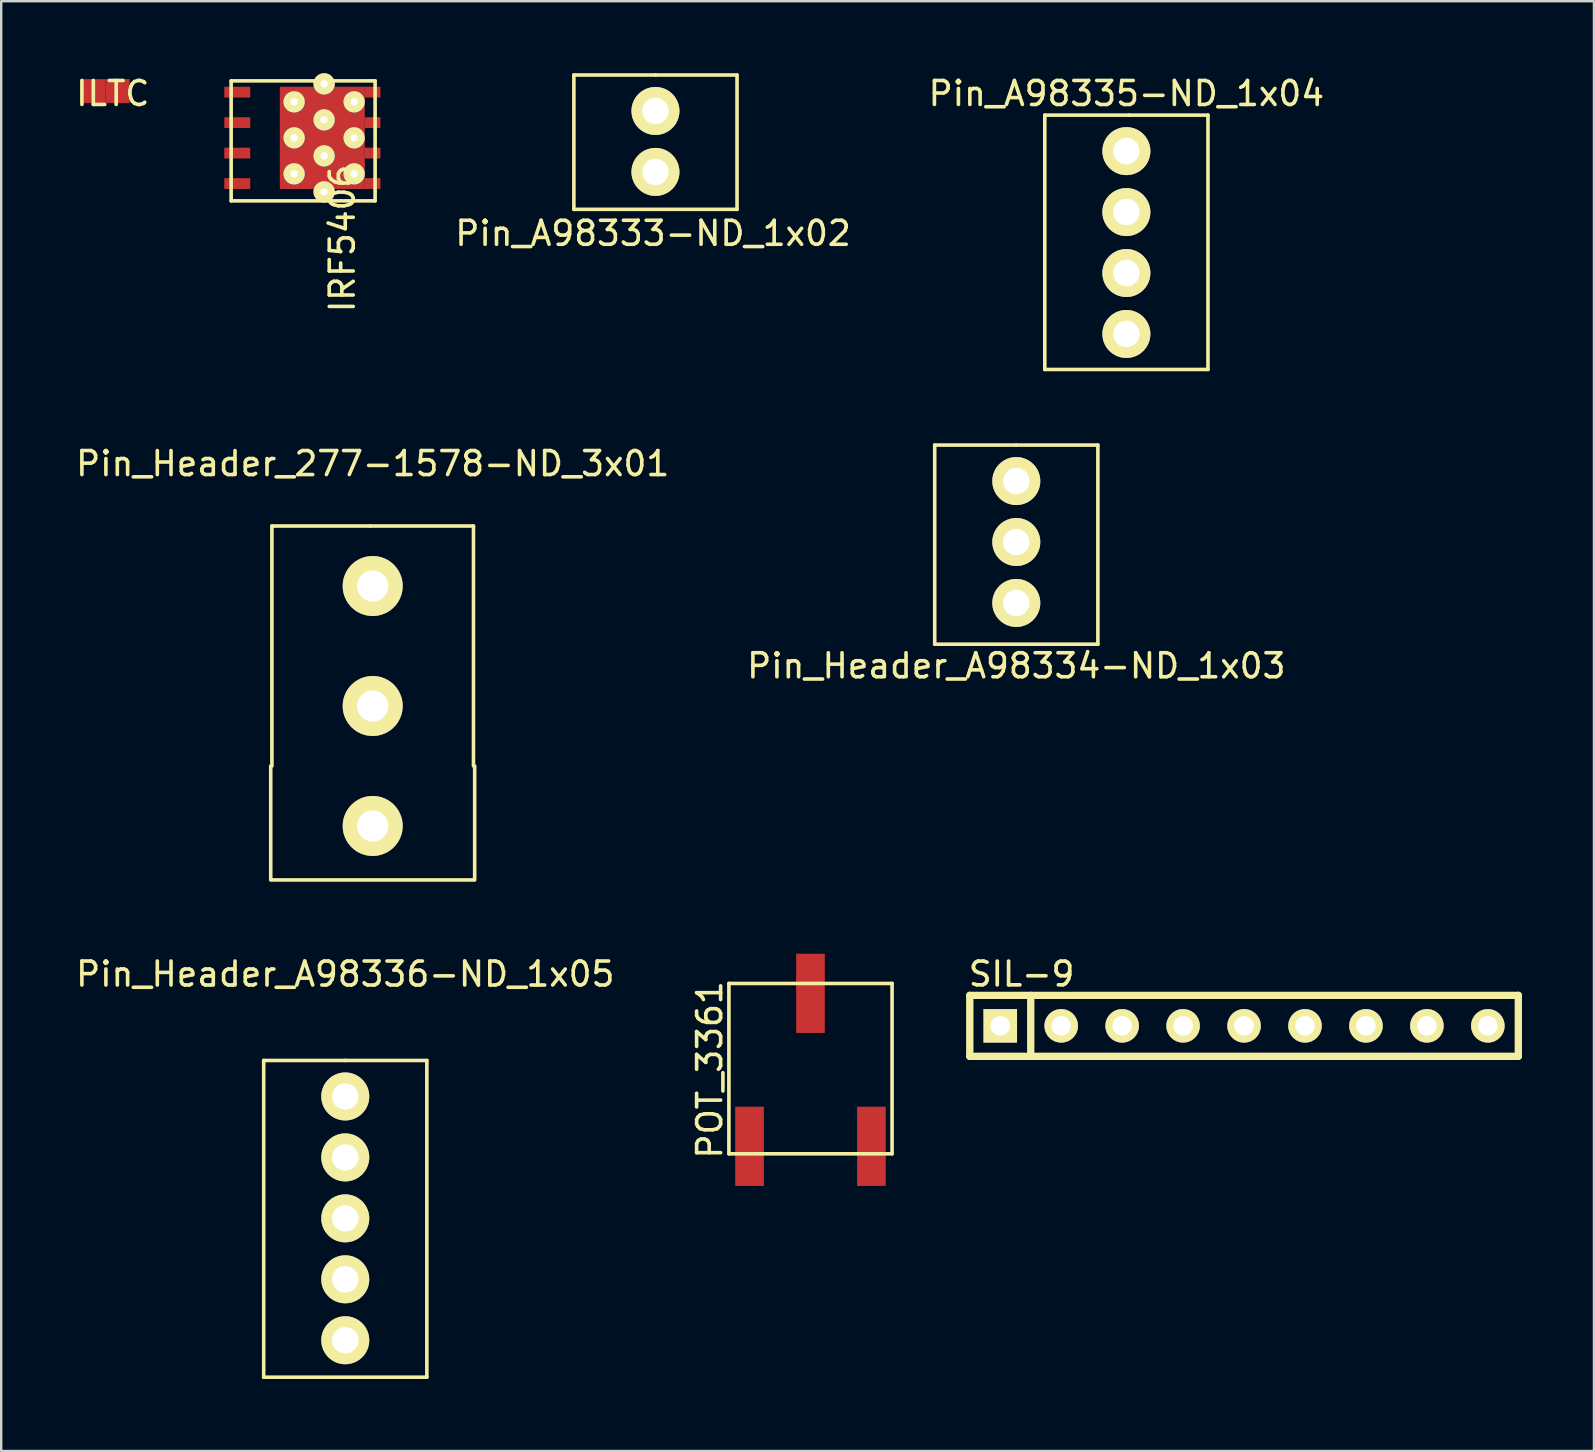
<source format=kicad_pcb>
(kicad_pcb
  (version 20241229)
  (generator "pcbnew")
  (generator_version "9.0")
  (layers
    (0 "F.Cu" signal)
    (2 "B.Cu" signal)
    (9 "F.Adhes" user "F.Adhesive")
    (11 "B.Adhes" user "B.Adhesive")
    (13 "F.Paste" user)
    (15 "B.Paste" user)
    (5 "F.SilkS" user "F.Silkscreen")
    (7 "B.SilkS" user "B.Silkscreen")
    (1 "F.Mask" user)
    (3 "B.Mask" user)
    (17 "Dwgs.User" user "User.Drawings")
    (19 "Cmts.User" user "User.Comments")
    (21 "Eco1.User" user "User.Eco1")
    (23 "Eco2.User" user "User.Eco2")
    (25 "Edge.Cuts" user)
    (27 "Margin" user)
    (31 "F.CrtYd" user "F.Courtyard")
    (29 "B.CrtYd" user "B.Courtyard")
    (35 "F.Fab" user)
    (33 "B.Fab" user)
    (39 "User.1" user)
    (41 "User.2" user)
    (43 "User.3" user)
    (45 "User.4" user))
  (footprint "SIL-9"
    (layer "F.Cu")
    (at 48.796 39.702)
    (property "Reference" "SIL-9" (at -9.271 -2.159 0) (layer "F.SilkS") (effects (font (size 0.991 0.991) (thickness 0.152))))
    (attr through_hole)
    (fp_line (start -11.43 1.27) (end -11.43 -1.27) (stroke (width 0.305) (type solid)) (layer "F.SilkS"))
    (fp_line (start -8.89 -1.27) (end -8.89 1.27) (stroke (width 0.305) (type solid)) (layer "F.SilkS"))
    (fp_line (start 11.43 -1.27) (end -11.43 -1.27) (stroke (width 0.305) (type solid)) (layer "F.SilkS"))
    (fp_line (start 11.43 -1.27) (end 11.43 1.27) (stroke (width 0.305) (type solid)) (layer "F.SilkS"))
    (fp_line (start 11.43 1.27) (end -11.43 1.27) (stroke (width 0.305) (type solid)) (layer "F.SilkS"))
    (pad "1" thru_hole rect (at -10.16 0) (size 1.397 1.397) (drill 0.813) (layers "*.Cu" "*.Mask" "F.SilkS"))
    (pad "2" thru_hole circle (at -7.62 0) (size 1.397 1.397) (drill 0.813) (layers "*.Cu" "*.Mask" "F.SilkS"))
    (pad "3" thru_hole circle (at -5.08 0) (size 1.397 1.397) (drill 0.813) (layers "*.Cu" "*.Mask" "F.SilkS"))
    (pad "4" thru_hole circle (at -2.54 0) (size 1.397 1.397) (drill 0.813) (layers "*.Cu" "*.Mask" "F.SilkS"))
    (pad "5" thru_hole circle (at 0 0) (size 1.397 1.397) (drill 0.813) (layers "*.Cu" "*.Mask" "F.SilkS"))
    (pad "6" thru_hole circle (at 2.54 0) (size 1.397 1.397) (drill 0.813) (layers "*.Cu" "*.Mask" "F.SilkS"))
    (pad "7" thru_hole circle (at 5.08 0) (size 1.397 1.397) (drill 0.813) (layers "*.Cu" "*.Mask" "F.SilkS"))
    (pad "8" thru_hole circle (at 7.62 0) (size 1.397 1.397) (drill 0.813) (layers "*.Cu" "*.Mask" "F.SilkS"))
    (pad "9" thru_hole circle (at 10.16 0) (size 1.397 1.397) (drill 0.813) (layers "*.Cu" "*.Mask" "F.SilkS")))
  (footprint "Pin_Header_A98334-ND_1x03"
    (layer "F.Cu")
    (at 39.304 16.998)
    (property "Reference" "Pin_Header_A98334-ND_1x03" (at 0 7.7 0) (layer "F.SilkS") (effects (font (size 1 1) (thickness 0.15))))
    (attr through_hole)
    (fp_line (start -3.4 -1.5) (end 0 -1.5) (stroke (width 0.15) (type solid)) (layer "F.SilkS"))
    (fp_line (start -3.4 6.8) (end -3.4 -1.5) (stroke (width 0.15) (type solid)) (layer "F.SilkS"))
    (fp_line (start 0 -1.5) (end 3.4 -1.5) (stroke (width 0.15) (type solid)) (layer "F.SilkS"))
    (fp_line (start 3.4 -1.5) (end 3.4 6.8) (stroke (width 0.15) (type solid)) (layer "F.SilkS"))
    (fp_line (start 3.4 6.8) (end -3.4 6.8) (stroke (width 0.15) (type solid)) (layer "F.SilkS"))
    (pad "1" thru_hole circle (at 0 0) (size 2 2) (drill 1.1) (layers "*.Cu" "*.Mask" "F.SilkS"))
    (pad "2" thru_hole circle (at 0 2.54) (size 2 2) (drill 1.1) (layers "*.Cu" "*.Mask" "F.SilkS"))
    (pad "3" thru_hole circle (at 0 5.08) (size 2 2) (drill 1.1) (layers "*.Cu" "*.Mask" "F.SilkS")))
  (footprint "ILTC"
    (layer "F.Cu")
    (at 1.349 0.748)
    (property "Reference" "ILTC" (at 0.3 0.1 0) (layer "F.SilkS") (effects (font (size 1 1) (thickness 0.15))))
    (attr through_hole)
    (pad "1" smd rect (at -0.5 0) (size 1 1) (layers "F.Cu" "F.Paste"))
    (pad "2" smd rect (at 0.5 0) (size 1 1) (layers "F.Cu" "F.Paste")))
  (footprint "Pin_A98333-ND_1x02"
    (layer "F.Cu")
    (at 24.266 1.575)
    (property "Reference" "Pin_A98333-ND_1x02" (at -0.1 5.1 0) (layer "F.SilkS") (effects (font (size 1 1) (thickness 0.15))))
    (attr through_hole)
    (fp_line (start -3.4 -1.5) (end 0 -1.5) (stroke (width 0.15) (type solid)) (layer "F.SilkS"))
    (fp_line (start -3.4 4.1) (end -3.4 -1.5) (stroke (width 0.15) (type solid)) (layer "F.SilkS"))
    (fp_line (start 0 -1.5) (end 3.4 -1.5) (stroke (width 0.15) (type solid)) (layer "F.SilkS"))
    (fp_line (start 3.4 -1.5) (end 3.4 4.1) (stroke (width 0.15) (type solid)) (layer "F.SilkS"))
    (fp_line (start 3.4 4.1) (end -3.4 4.1) (stroke (width 0.15) (type solid)) (layer "F.SilkS"))
    (pad "1" thru_hole circle (at 0 0) (size 2 2) (drill 1.1) (layers "*.Cu" "*.Mask" "F.SilkS"))
    (pad "2" thru_hole circle (at 0 2.54) (size 2 2) (drill 1.1) (layers "*.Cu" "*.Mask" "F.SilkS")))
  (footprint "Pin_Header_A98336-ND_1x05"
    (layer "F.Cu")
    (at 11.339 42.645)
    (property "Reference" "Pin_Header_A98336-ND_1x05" (at 0 -5.1 0) (layer "F.SilkS") (effects (font (size 1 1) (thickness 0.15))))
    (attr through_hole)
    (fp_line (start -3.4 -1.5) (end 0 -1.5) (stroke (width 0.15) (type solid)) (layer "F.SilkS"))
    (fp_line (start -3.4 11.7) (end -3.4 -1.5) (stroke (width 0.15) (type solid)) (layer "F.SilkS"))
    (fp_line (start 0 -1.5) (end 3.4 -1.5) (stroke (width 0.15) (type solid)) (layer "F.SilkS"))
    (fp_line (start 3.4 -1.5) (end 3.4 11.7) (stroke (width 0.15) (type solid)) (layer "F.SilkS"))
    (fp_line (start 3.4 11.7) (end -3.4 11.7) (stroke (width 0.15) (type solid)) (layer "F.SilkS"))
    (pad "1" thru_hole circle (at 0 0) (size 2 2) (drill 1.1) (layers "*.Cu" "*.Mask" "F.SilkS"))
    (pad "2" thru_hole circle (at 0 2.54) (size 2 2) (drill 1.1) (layers "*.Cu" "*.Mask" "F.SilkS"))
    (pad "3" thru_hole circle (at 0 5.08) (size 2 2) (drill 1.1) (layers "*.Cu" "*.Mask" "F.SilkS"))
    (pad "4" thru_hole circle (at 0 7.62) (size 2 2) (drill 1.1) (layers "*.Cu" "*.Mask" "F.SilkS"))
    (pad "5" thru_hole circle (at 0 10.16) (size 2 2) (drill 1.1) (layers "*.Cu" "*.Mask" "F.SilkS")))
  (footprint "Pin_Header_277-1578-ND_3x01"
    (layer "F.Cu")
    (at 12.482 21.372)
    (property "Reference" "Pin_Header_277-1578-ND_3x01" (at 0 -5.1 0) (layer "F.SilkS") (effects (font (size 1 1) (thickness 0.15))))
    (attr through_hole)
    (fp_line (start -4.25 7.5) (end -4.25 12.25) (stroke (width 0.15) (type solid)) (layer "F.SilkS"))
    (fp_line (start -4.2 -2.5) (end -0.1 -2.5) (stroke (width 0.15) (type solid)) (layer "F.SilkS"))
    (fp_line (start -4.2 7.5) (end -4.2 -2.5) (stroke (width 0.15) (type solid)) (layer "F.SilkS"))
    (fp_line (start -0.1 -2.5) (end 4.2 -2.5) (stroke (width 0.15) (type solid)) (layer "F.SilkS"))
    (fp_line (start 4.2 -2.5) (end 4.2 7.5) (stroke (width 0.15) (type solid)) (layer "F.SilkS"))
    (fp_line (start 4.2 12.25) (end -4.2 12.25) (stroke (width 0.15) (type solid)) (layer "F.SilkS"))
    (fp_line (start 4.25 7.5) (end 4.25 12.25) (stroke (width 0.15) (type solid)) (layer "F.SilkS"))
    (pad "1" thru_hole circle (at 0 0) (size 2.5 2.5) (drill 1.3) (layers "*.Cu" "*.Mask" "F.SilkS"))
    (pad "2" thru_hole circle (at 0 5) (size 2.5 2.5) (drill 1.3) (layers "*.Cu" "*.Mask" "F.SilkS"))
    (pad "3" thru_hole circle (at 0 10) (size 2.5 2.5) (drill 1.3) (layers "*.Cu" "*.Mask" "F.SilkS")))
  (footprint "Pin_A98335-ND_1x04"
    (layer "F.Cu")
    (at 43.892 3.248)
    (property "Reference" "Pin_A98335-ND_1x04" (at 0 -2.4 0) (layer "F.SilkS") (effects (font (size 1 1) (thickness 0.15))))
    (attr through_hole)
    (fp_line (start -3.4 -1.5) (end 0.1 -1.5) (stroke (width 0.15) (type solid)) (layer "F.SilkS"))
    (fp_line (start -3.4 9.1) (end -3.4 -1.5) (stroke (width 0.15) (type solid)) (layer "F.SilkS"))
    (fp_line (start 0.1 -1.5) (end 3.4 -1.5) (stroke (width 0.15) (type solid)) (layer "F.SilkS"))
    (fp_line (start 3.4 -1.5) (end 3.4 9.1) (stroke (width 0.15) (type solid)) (layer "F.SilkS"))
    (fp_line (start 3.4 9.1) (end -3.4 9.1) (stroke (width 0.15) (type solid)) (layer "F.SilkS"))
    (pad "1" thru_hole circle (at 0 0) (size 2 2) (drill 1.1) (layers "*.Cu" "*.Mask" "F.SilkS"))
    (pad "2" thru_hole circle (at 0 2.54) (size 2 2) (drill 1.1) (layers "*.Cu" "*.Mask" "F.SilkS"))
    (pad "3" thru_hole circle (at 0 5.08) (size 2 2) (drill 1.1) (layers "*.Cu" "*.Mask" "F.SilkS"))
    (pad "4" thru_hole circle (at 0 7.62) (size 2 2) (drill 1.1) (layers "*.Cu" "*.Mask" "F.SilkS")))
  (footprint "POT_3361"
    (layer "F.Cu")
    (at 30.727 41.535)
    (property "Reference" "POT_3361" (at -4.2 0 90) (layer "F.SilkS") (effects (font (size 1 1) (thickness 0.15))))
    (attr smd)
    (fp_line (start -3.4 -3.6) (end -3.4 3.5) (stroke (width 0.15) (type solid)) (layer "F.SilkS"))
    (fp_line (start -3.4 3.5) (end 3.4 3.5) (stroke (width 0.15) (type solid)) (layer "F.SilkS"))
    (fp_line (start 3.4 -3.6) (end -3.4 -3.6) (stroke (width 0.15) (type solid)) (layer "F.SilkS"))
    (fp_line (start 3.4 3.5) (end 3.4 -3.6) (stroke (width 0.15) (type solid)) (layer "F.SilkS"))
    (pad "1" smd rect (at -2.54 3.188) (size 1.194 3.302) (layers "F.Cu" "F.Mask" "F.Paste"))
    (pad "2" smd rect (at 0 -3.188) (size 1.194 3.302) (layers "F.Cu" "F.Mask" "F.Paste"))
    (pad "3" smd rect (at 2.54 3.188) (size 1.194 3.302) (layers "F.Cu" "F.Mask" "F.Paste")))
  (footprint "IRF5406"
    (layer "F.Cu")
    (at 10.708 2.695)
    (property "Reference" "IRF5406" (at 0.508 4.191 90) (layer "F.SilkS") (effects (font (size 1 1) (thickness 0.15))))
    (attr smd)
    (fp_line (start -4.125 -2.375) (end -4.125 2.625) (stroke (width 0.15) (type solid)) (layer "F.SilkS"))
    (fp_line (start -4.125 2.625) (end 1.875 2.625) (stroke (width 0.15) (type solid)) (layer "F.SilkS"))
    (fp_line (start 1.875 -2.375) (end -4.125 -2.375) (stroke (width 0.15) (type solid)) (layer "F.SilkS"))
    (fp_line (start 1.875 2.625) (end 1.875 -2.375) (stroke (width 0.15) (type solid)) (layer "F.SilkS"))
    (pad "D" thru_hole circle (at -1.5 -1.5) (size 0.889 0.889) (drill 0.305) (layers "*.Cu" "F.Mask" "F.SilkS"))
    (pad "D" thru_hole circle (at -1.5 0) (size 0.889 0.889) (drill 0.305) (layers "*.Cu" "F.Mask" "F.SilkS"))
    (pad "D" thru_hole circle (at -1.5 1.5) (size 0.889 0.889) (drill 0.305) (layers "*.Cu" "F.Mask" "F.SilkS"))
    (pad "D" smd rect (at -0.325 0) (size 3.54 4.26) (layers "F.Cu" "F.Mask" "F.Paste"))
    (pad "D" thru_hole circle (at -0.25 -2.25) (size 0.889 0.889) (drill 0.305) (layers "*.Cu" "F.Mask" "F.SilkS"))
    (pad "D" thru_hole circle (at -0.25 -0.75) (size 0.889 0.889) (drill 0.305) (layers "*.Cu" "F.Mask" "F.SilkS"))
    (pad "D" thru_hole circle (at -0.25 0.75) (size 0.889 0.889) (drill 0.305) (layers "*.Cu" "F.Mask" "F.SilkS"))
    (pad "D" thru_hole circle (at -0.25 2.25) (size 0.889 0.889) (drill 0.305) (layers "*.Cu" "F.Mask" "F.SilkS"))
    (pad "D" thru_hole circle (at 1 -1.5) (size 0.889 0.889) (drill 0.305) (layers "*.Cu" "F.Mask" "F.SilkS"))
    (pad "D" thru_hole circle (at 1 0) (size 0.889 0.889) (drill 0.305) (layers "*.Cu" "F.Mask" "F.SilkS"))
    (pad "D" thru_hole circle (at 1 1.5) (size 0.889 0.889) (drill 0.305) (layers "*.Cu" "F.Mask" "F.SilkS"))
    (pad "D" smd rect (at 1.77 -1.905) (size 0.65 0.45) (layers "F.Cu" "F.Mask" "F.Paste"))
    (pad "D" smd rect (at 1.77 -0.635) (size 0.65 0.45) (layers "F.Cu" "F.Mask" "F.Paste"))
    (pad "D" smd rect (at 1.77 0.635) (size 0.65 0.45) (layers "F.Cu" "F.Mask" "F.Paste"))
    (pad "D" smd rect (at 1.77 1.905) (size 0.65 0.45) (layers "F.Cu" "F.Mask" "F.Paste"))
    (pad "G" smd rect (at -3.87 1.905) (size 1.08 0.45) (layers "F.Cu" "F.Mask" "F.Paste"))
    (pad "S" smd rect (at -3.87 -1.905) (size 1.08 0.45) (layers "F.Cu" "F.Mask" "F.Paste"))
    (pad "S" smd rect (at -3.87 -0.635) (size 1.08 0.45) (layers "F.Cu" "F.Mask" "F.Paste"))
    (pad "S" smd rect (at -3.87 0.635) (size 1.08 0.45) (layers "F.Cu" "F.Mask" "F.Paste")))
  (gr_rect
    (start -3 -3)
    (end 63.378 57.42)
    (stroke (width 0.1) (type default))
    (fill no)
    (layer "Edge.Cuts")))
</source>
